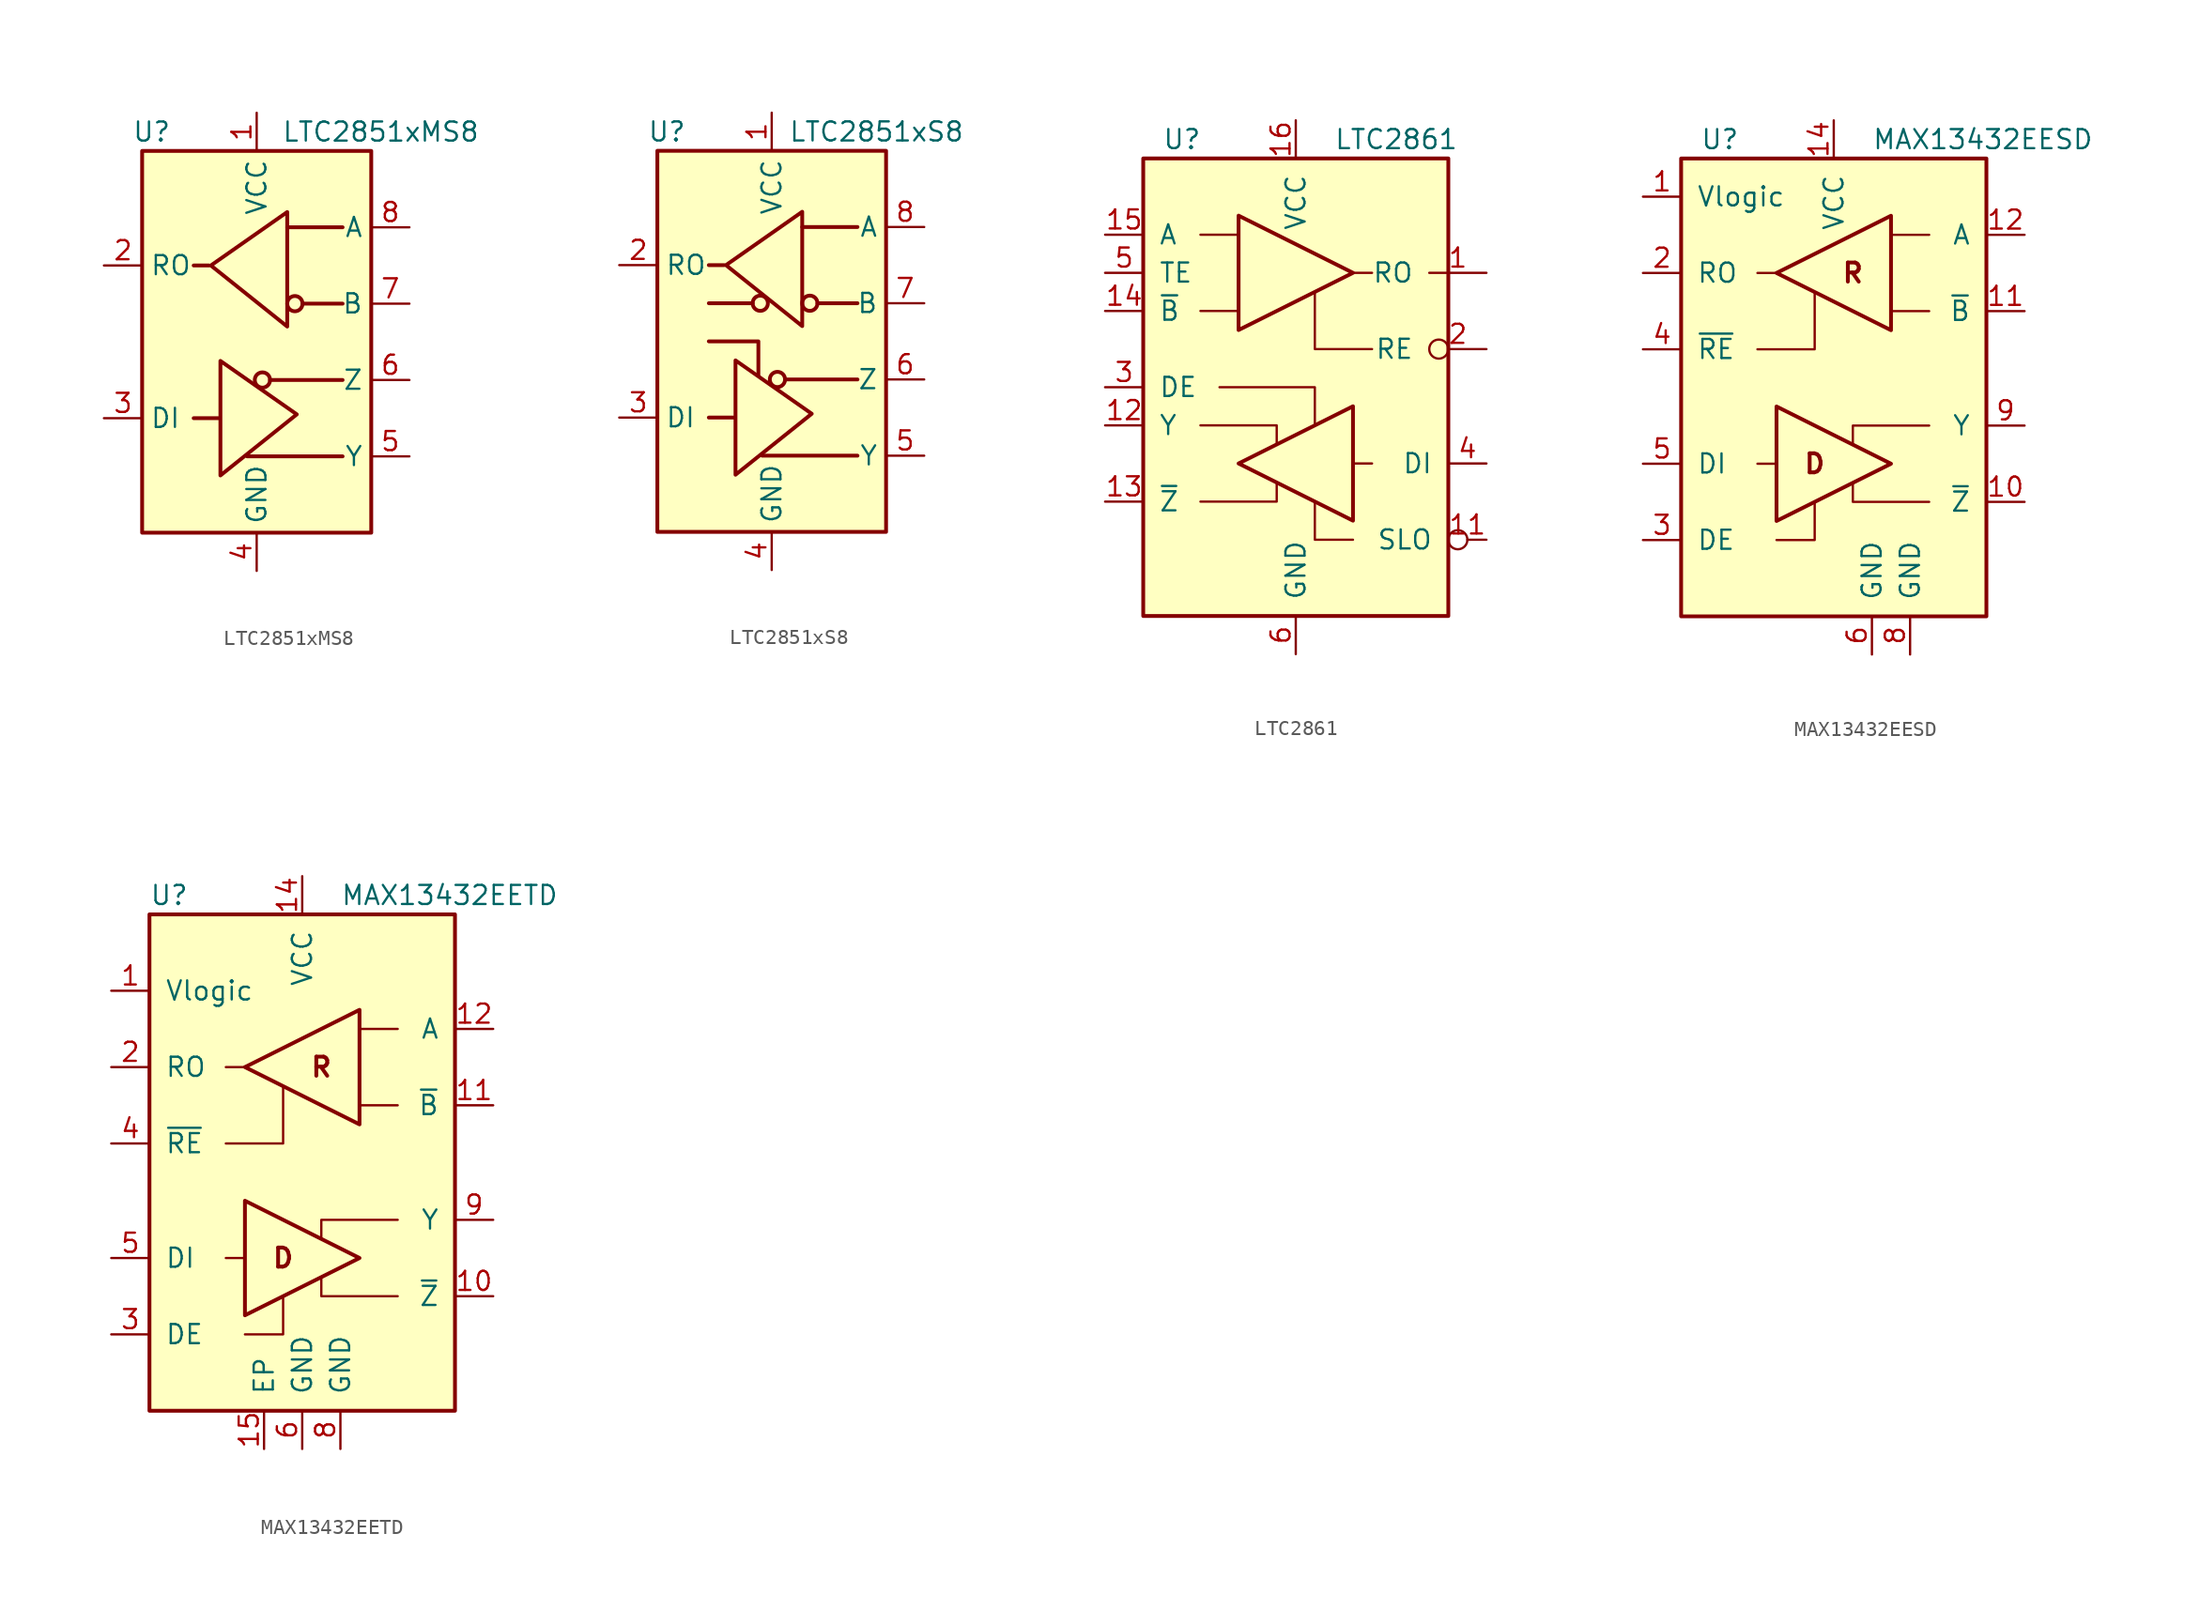
<source format=kicad_sym>
(kicad_symbol_lib
  (version 20220914)
  (generator kicad_symbol_editor)
  (symbol "LTC2851xMS8"
    (property "Reference" "U"
      (at -6.985 13.97 0)
      (effects (font (size 1.27 1.27))))
    (property "Value" "LTC2851xMS8"
      (at 8.255 13.97 0)
      (effects (font (size 1.27 1.27))))
    (symbol "LTC2851xMS8_0_1"
      (rectangle (start -7.62 12.7) (end 7.62 -12.7) (stroke (width 0.254) (type default)) (fill (type background))))
    (symbol "LTC2851xMS8_1_1"
      (polyline (pts (xy -2.54 -5.08) (xy -4.191 -5.08)) (stroke (width 0.254) (type default)) (fill (type none)))
      (polyline (pts (xy -0.635 -7.62) (xy 5.715 -7.62)) (stroke (width 0.254) (type default)) (fill (type none)))
      (polyline (pts (xy 0.889 -2.54) (xy 5.715 -2.54)) (stroke (width 0.254) (type default)) (fill (type none)))
      (polyline (pts (xy 2.032 7.62) (xy 5.715 7.62)) (stroke (width 0.254) (type default)) (fill (type none)))
      (polyline (pts (xy 3.048 2.54) (xy 5.715 2.54)) (stroke (width 0.254) (type default)) (fill (type none)))
      (polyline (pts (xy -3.175 5.08) (xy -4.191 5.08) (xy -4.064 5.08)) (stroke (width 0.254) (type default)) (fill (type none)))
      (polyline (pts (xy -2.413 -5.08) (xy -2.413 -1.27) (xy 2.667 -4.826) (xy -2.413 -8.89) (xy -2.413 -5.08)) (stroke (width 0.254) (type default)) (fill (type none)))
      (polyline (pts (xy 2.032 4.826) (xy 2.032 8.636) (xy -3.048 5.08) (xy 2.032 1.016) (xy 2.032 4.826)) (stroke (width 0.254) (type default)) (fill (type none)))
      (circle (center 0.381 -2.54) (radius 0.508) (stroke (width 0.254) (type default)) (fill (type none)))
      (circle (center 2.54 2.54) (radius 0.508) (stroke (width 0.254) (type default)) (fill (type none)))
      (pin power_in line (at 0 15.24 270) (length 2.54) (name "VCC" (effects (font (size 1.27 1.27)))) (number "1" (effects (font (size 1.27 1.27)))))
      (pin output line (at -10.16 5.08 0) (length 2.54) (name "RO" (effects (font (size 1.27 1.27)))) (number "2" (effects (font (size 1.27 1.27)))))
      (pin input line (at -10.16 -5.08 0) (length 2.54) (name "DI" (effects (font (size 1.27 1.27)))) (number "3" (effects (font (size 1.27 1.27)))))
      (pin power_in line (at 0 -15.24 90) (length 2.54) (name "GND" (effects (font (size 1.27 1.27)))) (number "4" (effects (font (size 1.27 1.27)))))
      (pin output line (at 10.16 -7.62 180) (length 2.54) (name "Y" (effects (font (size 1.27 1.27)))) (number "5" (effects (font (size 1.27 1.27)))))
      (pin output line (at 10.16 -2.54 180) (length 2.54) (name "Z" (effects (font (size 1.27 1.27)))) (number "6" (effects (font (size 1.27 1.27)))))
      (pin input line (at 10.16 2.54 180) (length 2.54) (name "B" (effects (font (size 1.27 1.27)))) (number "7" (effects (font (size 1.27 1.27)))))
      (pin input line (at 10.16 7.62 180) (length 2.54) (name "A" (effects (font (size 1.27 1.27)))) (number "8" (effects (font (size 1.27 1.27)))))))
  (symbol "LTC2851xS8"
    (property "Reference" "U"
      (at -6.985 13.97 0)
      (effects (font (size 1.27 1.27))))
    (property "Value" "LTC2851xS8"
      (at 6.985 13.97 0)
      (effects (font (size 1.27 1.27))))
    (symbol "LTC2851xS8_0_1"
      (rectangle (start -7.62 12.7) (end 7.62 -12.7) (stroke (width 0.254) (type default)) (fill (type background))))
    (symbol "LTC2851xS8_1_1"
      (circle (center -0.762 2.54) (radius 0.508) (stroke (width 0.254) (type default)) (fill (type none)))
      (polyline (pts (xy -4.191 2.54) (xy -1.27 2.54)) (stroke (width 0.254) (type default)) (fill (type none)))
      (polyline (pts (xy -2.54 -5.08) (xy -4.191 -5.08)) (stroke (width 0.254) (type default)) (fill (type none)))
      (polyline (pts (xy -0.635 -7.62) (xy 5.715 -7.62)) (stroke (width 0.254) (type default)) (fill (type none)))
      (polyline (pts (xy 0.889 -2.54) (xy 5.715 -2.54)) (stroke (width 0.254) (type default)) (fill (type none)))
      (polyline (pts (xy 2.032 7.62) (xy 5.715 7.62)) (stroke (width 0.254) (type default)) (fill (type none)))
      (polyline (pts (xy 3.048 2.54) (xy 5.715 2.54)) (stroke (width 0.254) (type default)) (fill (type none)))
      (polyline (pts (xy -4.191 0) (xy -0.889 0) (xy -0.889 -2.286)) (stroke (width 0.254) (type default)) (fill (type none)))
      (polyline (pts (xy -3.175 5.08) (xy -4.191 5.08) (xy -4.064 5.08)) (stroke (width 0.254) (type default)) (fill (type none)))
      (polyline (pts (xy -2.413 -5.08) (xy -2.413 -1.27) (xy 2.667 -4.826) (xy -2.413 -8.89) (xy -2.413 -5.08)) (stroke (width 0.254) (type default)) (fill (type none)))
      (polyline (pts (xy 2.032 4.826) (xy 2.032 8.636) (xy -3.048 5.08) (xy 2.032 1.016) (xy 2.032 4.826)) (stroke (width 0.254) (type default)) (fill (type none)))
      (circle (center 0.381 -2.54) (radius 0.508) (stroke (width 0.254) (type default)) (fill (type none)))
      (circle (center 2.54 2.54) (radius 0.508) (stroke (width 0.254) (type default)) (fill (type none)))
      (pin power_in line (at 0 15.24 270) (length 2.54) (name "VCC" (effects (font (size 1.27 1.27)))) (number "1" (effects (font (size 1.27 1.27)))))
      (pin output line (at -10.16 5.08 0) (length 2.54) (name "RO" (effects (font (size 1.27 1.27)))) (number "2" (effects (font (size 1.27 1.27)))))
      (pin input line (at -10.16 -5.08 0) (length 2.54) (name "DI" (effects (font (size 1.27 1.27)))) (number "3" (effects (font (size 1.27 1.27)))))
      (pin power_in line (at 0 -15.24 90) (length 2.54) (name "GND" (effects (font (size 1.27 1.27)))) (number "4" (effects (font (size 1.27 1.27)))))
      (pin output line (at 10.16 -7.62 180) (length 2.54) (name "Y" (effects (font (size 1.27 1.27)))) (number "5" (effects (font (size 1.27 1.27)))))
      (pin output line (at 10.16 -2.54 180) (length 2.54) (name "Z" (effects (font (size 1.27 1.27)))) (number "6" (effects (font (size 1.27 1.27)))))
      (pin input line (at 10.16 2.54 180) (length 2.54) (name "B" (effects (font (size 1.27 1.27)))) (number "7" (effects (font (size 1.27 1.27)))))
      (pin input line (at 10.16 7.62 180) (length 2.54) (name "A" (effects (font (size 1.27 1.27)))) (number "8" (effects (font (size 1.27 1.27)))))))
  (symbol "LTC2861"
    (pin_names
      (offset 1.016))
    (property "Reference" "U"
      (at -8.89 16.51 0)
      (effects (font (size 1.27 1.27)) (justify left)))
    (property "Value" "LTC2861"
      (at 2.54 16.51 0)
      (effects (font (size 1.27 1.27)) (justify left)))
    (symbol "LTC2861_0_1"
      (rectangle (start -10.16 15.24) (end 10.16 -15.24) (stroke (width 0.254) (type default)) (fill (type background)))
      (polyline (pts (xy 3.81 7.62) (xy 5.08 7.62)) (stroke (width 0) (type default)) (fill (type none)))
      (polyline (pts (xy 5.08 -5.08) (xy 3.81 -5.08)) (stroke (width 0) (type default)) (fill (type none)))
      (polyline (pts (xy -6.35 5.08) (xy -3.81 5.08) (xy -3.81 5.08)) (stroke (width 0) (type default)) (fill (type none)))
      (polyline (pts (xy -6.35 10.16) (xy -3.81 10.16) (xy -3.81 10.16)) (stroke (width 0) (type default)) (fill (type none)))
      (polyline (pts (xy -6.35 -7.62) (xy -1.27 -7.62) (xy -1.27 -6.35) (xy -1.27 -6.35)) (stroke (width 0) (type default)) (fill (type none)))
      (polyline (pts (xy -6.35 -2.54) (xy -1.27 -2.54) (xy -1.27 -3.81) (xy -1.27 -3.81)) (stroke (width 0) (type default)) (fill (type none)))
      (polyline (pts (xy -5.08 0) (xy 1.27 0) (xy 1.27 -2.54) (xy 1.27 -2.54)) (stroke (width 0) (type default)) (fill (type none)))
      (polyline (pts (xy 1.27 6.35) (xy 1.27 2.54) (xy 2.54 2.54) (xy 5.08 2.54)) (stroke (width 0) (type default)) (fill (type none)))
      (polyline (pts (xy 3.81 -10.16) (xy 1.27 -10.16) (xy 1.27 -7.62) (xy 1.27 -7.62)) (stroke (width 0) (type default)) (fill (type none)))
      (polyline (pts (xy -3.81 11.43) (xy -3.81 3.81) (xy 3.81 7.62) (xy -3.81 11.43) (xy -3.81 11.43)) (stroke (width 0.254) (type default)) (fill (type none)))
      (polyline (pts (xy 3.81 -1.27) (xy 3.81 -8.89) (xy -3.81 -5.08) (xy 3.81 -1.27) (xy 3.81 -1.27)) (stroke (width 0.254) (type default)) (fill (type none))))
    (symbol "LTC2861_1_1"
      (pin output line (at 12.7 7.62 180) (length 3.81) (name "RO" (effects (font (size 1.27 1.27)))) (number "1" (effects (font (size 1.27 1.27)))))
      (pin input inverted (at 12.7 -10.16 180) (length 2.54) (name "SLO" (effects (font (size 1.27 1.27)))) (number "11" (effects (font (size 1.27 1.27)))))
      (pin output line (at -12.7 -2.54 0) (length 2.54) (name "Y" (effects (font (size 1.27 1.27)))) (number "12" (effects (font (size 1.27 1.27)))))
      (pin output line (at -12.7 -7.62 0) (length 2.54) (name "~{Z}" (effects (font (size 1.27 1.27)))) (number "13" (effects (font (size 1.27 1.27)))))
      (pin input line (at -12.7 5.08 0) (length 2.54) (name "~{B}" (effects (font (size 1.27 1.27)))) (number "14" (effects (font (size 1.27 1.27)))))
      (pin input line (at -12.7 10.16 0) (length 2.54) (name "A" (effects (font (size 1.27 1.27)))) (number "15" (effects (font (size 1.27 1.27)))))
      (pin power_in line (at 0 17.78 270) (length 2.54) (name "VCC" (effects (font (size 1.27 1.27)))) (number "16" (effects (font (size 1.27 1.27)))))
      (pin input inverted (at 12.7 2.54 180) (length 3.81) (name "RE" (effects (font (size 1.27 1.27)))) (number "2" (effects (font (size 1.27 1.27)))))
      (pin input line (at -12.7 0 0) (length 2.54) (name "DE" (effects (font (size 1.27 1.27)))) (number "3" (effects (font (size 1.27 1.27)))))
      (pin input line (at 12.7 -5.08 180) (length 2.54) (name "DI" (effects (font (size 1.27 1.27)))) (number "4" (effects (font (size 1.27 1.27)))))
      (pin input line (at -12.7 7.62 0) (length 2.54) (name "TE" (effects (font (size 1.27 1.27)))) (number "5" (effects (font (size 1.27 1.27)))))
      (pin power_in line (at 0 -17.78 90) (length 2.54) (name "GND" (effects (font (size 1.27 1.27)))) (number "6" (effects (font (size 1.27 1.27)))))))
  (symbol "MAX13432EESD"
    (pin_names
      (offset 1.016))
    (property "Reference" "U"
      (at -8.89 16.51 0)
      (effects (font (size 1.27 1.27)) (justify left)))
    (property "Value" "MAX13432EESD"
      (at 2.54 16.51 0)
      (effects (font (size 1.27 1.27)) (justify left)))
    (symbol "MAX13432EESD_0_0"
      (text "D" (at -1.27 -5.08 0) (effects (font (size 1.27 1.27) bold)))
      (text "R" (at 1.27 7.62 0) (effects (font (size 1.27 1.27) bold))))
    (symbol "MAX13432EESD_0_1"
      (rectangle (start -10.16 15.24) (end 10.16 -15.24) (stroke (width 0.254) (type default)) (fill (type background)))
      (polyline (pts (xy -5.08 -5.08) (xy -3.81 -5.08)) (stroke (width 0) (type default)) (fill (type none)))
      (polyline (pts (xy -3.81 7.62) (xy -5.08 7.62)) (stroke (width 0) (type default)) (fill (type none)))
      (polyline (pts (xy 6.35 5.08) (xy 3.81 5.08) (xy 3.81 5.08)) (stroke (width 0) (type default)) (fill (type none)))
      (polyline (pts (xy 6.35 10.16) (xy 3.81 10.16) (xy 3.81 10.16)) (stroke (width 0) (type default)) (fill (type none)))
      (polyline (pts (xy -3.81 -10.16) (xy -1.27 -10.16) (xy -1.27 -7.62) (xy -1.27 -7.62)) (stroke (width 0) (type default)) (fill (type none)))
      (polyline (pts (xy -1.27 6.35) (xy -1.27 2.54) (xy -2.54 2.54) (xy -5.08 2.54)) (stroke (width 0) (type default)) (fill (type none)))
      (polyline (pts (xy 6.35 -7.62) (xy 1.27 -7.62) (xy 1.27 -6.35) (xy 1.27 -6.35)) (stroke (width 0) (type default)) (fill (type none)))
      (polyline (pts (xy 6.35 -2.54) (xy 1.27 -2.54) (xy 1.27 -3.81) (xy 1.27 -3.81)) (stroke (width 0) (type default)) (fill (type none)))
      (polyline (pts (xy -3.81 -1.27) (xy -3.81 -8.89) (xy 3.81 -5.08) (xy -3.81 -1.27) (xy -3.81 -1.27)) (stroke (width 0.254) (type default)) (fill (type none)))
      (polyline (pts (xy 3.81 11.43) (xy 3.81 3.81) (xy -3.81 7.62) (xy 3.81 11.43) (xy 3.81 11.43)) (stroke (width 0.254) (type default)) (fill (type none))))
    (symbol "MAX13432EESD_1_1"
      (pin power_in line (at -12.7 12.7 0) (length 2.54) (name "Vlogic" (effects (font (size 1.27 1.27)))) (number "1" (effects (font (size 1.27 1.27)))))
      (pin output line (at 12.7 -7.62 180) (length 2.54) (name "~{Z}" (effects (font (size 1.27 1.27)))) (number "10" (effects (font (size 1.27 1.27)))))
      (pin input line (at 12.7 5.08 180) (length 2.54) (name "~{B}" (effects (font (size 1.27 1.27)))) (number "11" (effects (font (size 1.27 1.27)))))
      (pin input line (at 12.7 10.16 180) (length 2.54) (name "A" (effects (font (size 1.27 1.27)))) (number "12" (effects (font (size 1.27 1.27)))))
      (pin no_connect line (at 10.16 0 180) (length 2.54) hide (name "NC" (effects (font (size 1.27 1.27)))) (number "13" (effects (font (size 1.27 1.27)))))
      (pin power_in line (at 0 17.78 270) (length 2.54) (name "VCC" (effects (font (size 1.27 1.27)))) (number "14" (effects (font (size 1.27 1.27)))))
      (pin output line (at -12.7 7.62 0) (length 2.54) (name "RO" (effects (font (size 1.27 1.27)))) (number "2" (effects (font (size 1.27 1.27)))))
      (pin input line (at -12.7 -10.16 0) (length 2.54) (name "DE" (effects (font (size 1.27 1.27)))) (number "3" (effects (font (size 1.27 1.27)))))
      (pin input line (at -12.7 2.54 0) (length 2.54) (name "~{RE}" (effects (font (size 1.27 1.27)))) (number "4" (effects (font (size 1.27 1.27)))))
      (pin input line (at -12.7 -5.08 0) (length 2.54) (name "DI" (effects (font (size 1.27 1.27)))) (number "5" (effects (font (size 1.27 1.27)))))
      (pin power_in line (at 2.54 -17.78 90) (length 2.54) (name "GND" (effects (font (size 1.27 1.27)))) (number "6" (effects (font (size 1.27 1.27)))))
      (pin no_connect line (at 10.16 2.54 180) (length 2.54) hide (name "NC" (effects (font (size 1.27 1.27)))) (number "7" (effects (font (size 1.27 1.27)))))
      (pin power_in line (at 5.08 -17.78 90) (length 2.54) (name "GND" (effects (font (size 1.27 1.27)))) (number "8" (effects (font (size 1.27 1.27)))))
      (pin output line (at 12.7 -2.54 180) (length 2.54) (name "Y" (effects (font (size 1.27 1.27)))) (number "9" (effects (font (size 1.27 1.27)))))))
  (symbol "MAX13432EETD"
    (pin_names
      (offset 1.016))
    (property "Reference" "U"
      (at -10.16 19.05 0)
      (effects (font (size 1.27 1.27)) (justify left)))
    (property "Value" "MAX13432EETD"
      (at 2.54 19.05 0)
      (effects (font (size 1.27 1.27)) (justify left)))
    (symbol "MAX13432EETD_0_0"
      (text "D" (at -1.27 -5.08 0) (effects (font (size 1.27 1.27) bold)))
      (text "R" (at 1.27 7.62 0) (effects (font (size 1.27 1.27) bold))))
    (symbol "MAX13432EETD_0_1"
      (rectangle (start -10.16 -15.24) (end 10.16 17.78) (stroke (width 0.254) (type default)) (fill (type background)))
      (polyline (pts (xy -5.08 -5.08) (xy -3.81 -5.08)) (stroke (width 0) (type default)) (fill (type none)))
      (polyline (pts (xy -3.81 7.62) (xy -5.08 7.62)) (stroke (width 0) (type default)) (fill (type none)))
      (polyline (pts (xy 6.35 5.08) (xy 3.81 5.08) (xy 3.81 5.08)) (stroke (width 0) (type default)) (fill (type none)))
      (polyline (pts (xy 6.35 10.16) (xy 3.81 10.16) (xy 3.81 10.16)) (stroke (width 0) (type default)) (fill (type none)))
      (polyline (pts (xy -3.81 -10.16) (xy -1.27 -10.16) (xy -1.27 -7.62) (xy -1.27 -7.62)) (stroke (width 0) (type default)) (fill (type none)))
      (polyline (pts (xy -1.27 6.35) (xy -1.27 2.54) (xy -2.54 2.54) (xy -5.08 2.54)) (stroke (width 0) (type default)) (fill (type none)))
      (polyline (pts (xy 6.35 -7.62) (xy 1.27 -7.62) (xy 1.27 -6.35) (xy 1.27 -6.35)) (stroke (width 0) (type default)) (fill (type none)))
      (polyline (pts (xy 6.35 -2.54) (xy 1.27 -2.54) (xy 1.27 -3.81) (xy 1.27 -3.81)) (stroke (width 0) (type default)) (fill (type none)))
      (polyline (pts (xy -3.81 -1.27) (xy -3.81 -8.89) (xy 3.81 -5.08) (xy -3.81 -1.27) (xy -3.81 -1.27)) (stroke (width 0.254) (type default)) (fill (type none)))
      (polyline (pts (xy 3.81 11.43) (xy 3.81 3.81) (xy -3.81 7.62) (xy 3.81 11.43) (xy 3.81 11.43)) (stroke (width 0.254) (type default)) (fill (type none))))
    (symbol "MAX13432EETD_1_1"
      (pin power_in line (at -12.7 12.7 0) (length 2.54) (name "Vlogic" (effects (font (size 1.27 1.27)))) (number "1" (effects (font (size 1.27 1.27)))))
      (pin output line (at 12.7 -7.62 180) (length 2.54) (name "~{Z}" (effects (font (size 1.27 1.27)))) (number "10" (effects (font (size 1.27 1.27)))))
      (pin input line (at 12.7 5.08 180) (length 2.54) (name "~{B}" (effects (font (size 1.27 1.27)))) (number "11" (effects (font (size 1.27 1.27)))))
      (pin input line (at 12.7 10.16 180) (length 2.54) (name "A" (effects (font (size 1.27 1.27)))) (number "12" (effects (font (size 1.27 1.27)))))
      (pin no_connect line (at 10.16 0 180) (length 2.54) hide (name "NC" (effects (font (size 1.27 1.27)))) (number "13" (effects (font (size 1.27 1.27)))))
      (pin power_in line (at 0 20.32 270) (length 2.54) (name "VCC" (effects (font (size 1.27 1.27)))) (number "14" (effects (font (size 1.27 1.27)))))
      (pin power_in line (at -2.54 -17.78 90) (length 2.54) (name "EP" (effects (font (size 1.27 1.27)))) (number "15" (effects (font (size 1.27 1.27)))))
      (pin output line (at -12.7 7.62 0) (length 2.54) (name "RO" (effects (font (size 1.27 1.27)))) (number "2" (effects (font (size 1.27 1.27)))))
      (pin input line (at -12.7 -10.16 0) (length 2.54) (name "DE" (effects (font (size 1.27 1.27)))) (number "3" (effects (font (size 1.27 1.27)))))
      (pin input line (at -12.7 2.54 0) (length 2.54) (name "~{RE}" (effects (font (size 1.27 1.27)))) (number "4" (effects (font (size 1.27 1.27)))))
      (pin input line (at -12.7 -5.08 0) (length 2.54) (name "DI" (effects (font (size 1.27 1.27)))) (number "5" (effects (font (size 1.27 1.27)))))
      (pin power_in line (at 0 -17.78 90) (length 2.54) (name "GND" (effects (font (size 1.27 1.27)))) (number "6" (effects (font (size 1.27 1.27)))))
      (pin no_connect line (at 10.16 2.54 180) (length 2.54) hide (name "NC" (effects (font (size 1.27 1.27)))) (number "7" (effects (font (size 1.27 1.27)))))
      (pin power_in line (at 2.54 -17.78 90) (length 2.54) (name "GND" (effects (font (size 1.27 1.27)))) (number "8" (effects (font (size 1.27 1.27)))))
      (pin output line (at 12.7 -2.54 180) (length 2.54) (name "Y" (effects (font (size 1.27 1.27)))) (number "9" (effects (font (size 1.27 1.27))))))))
</source>
